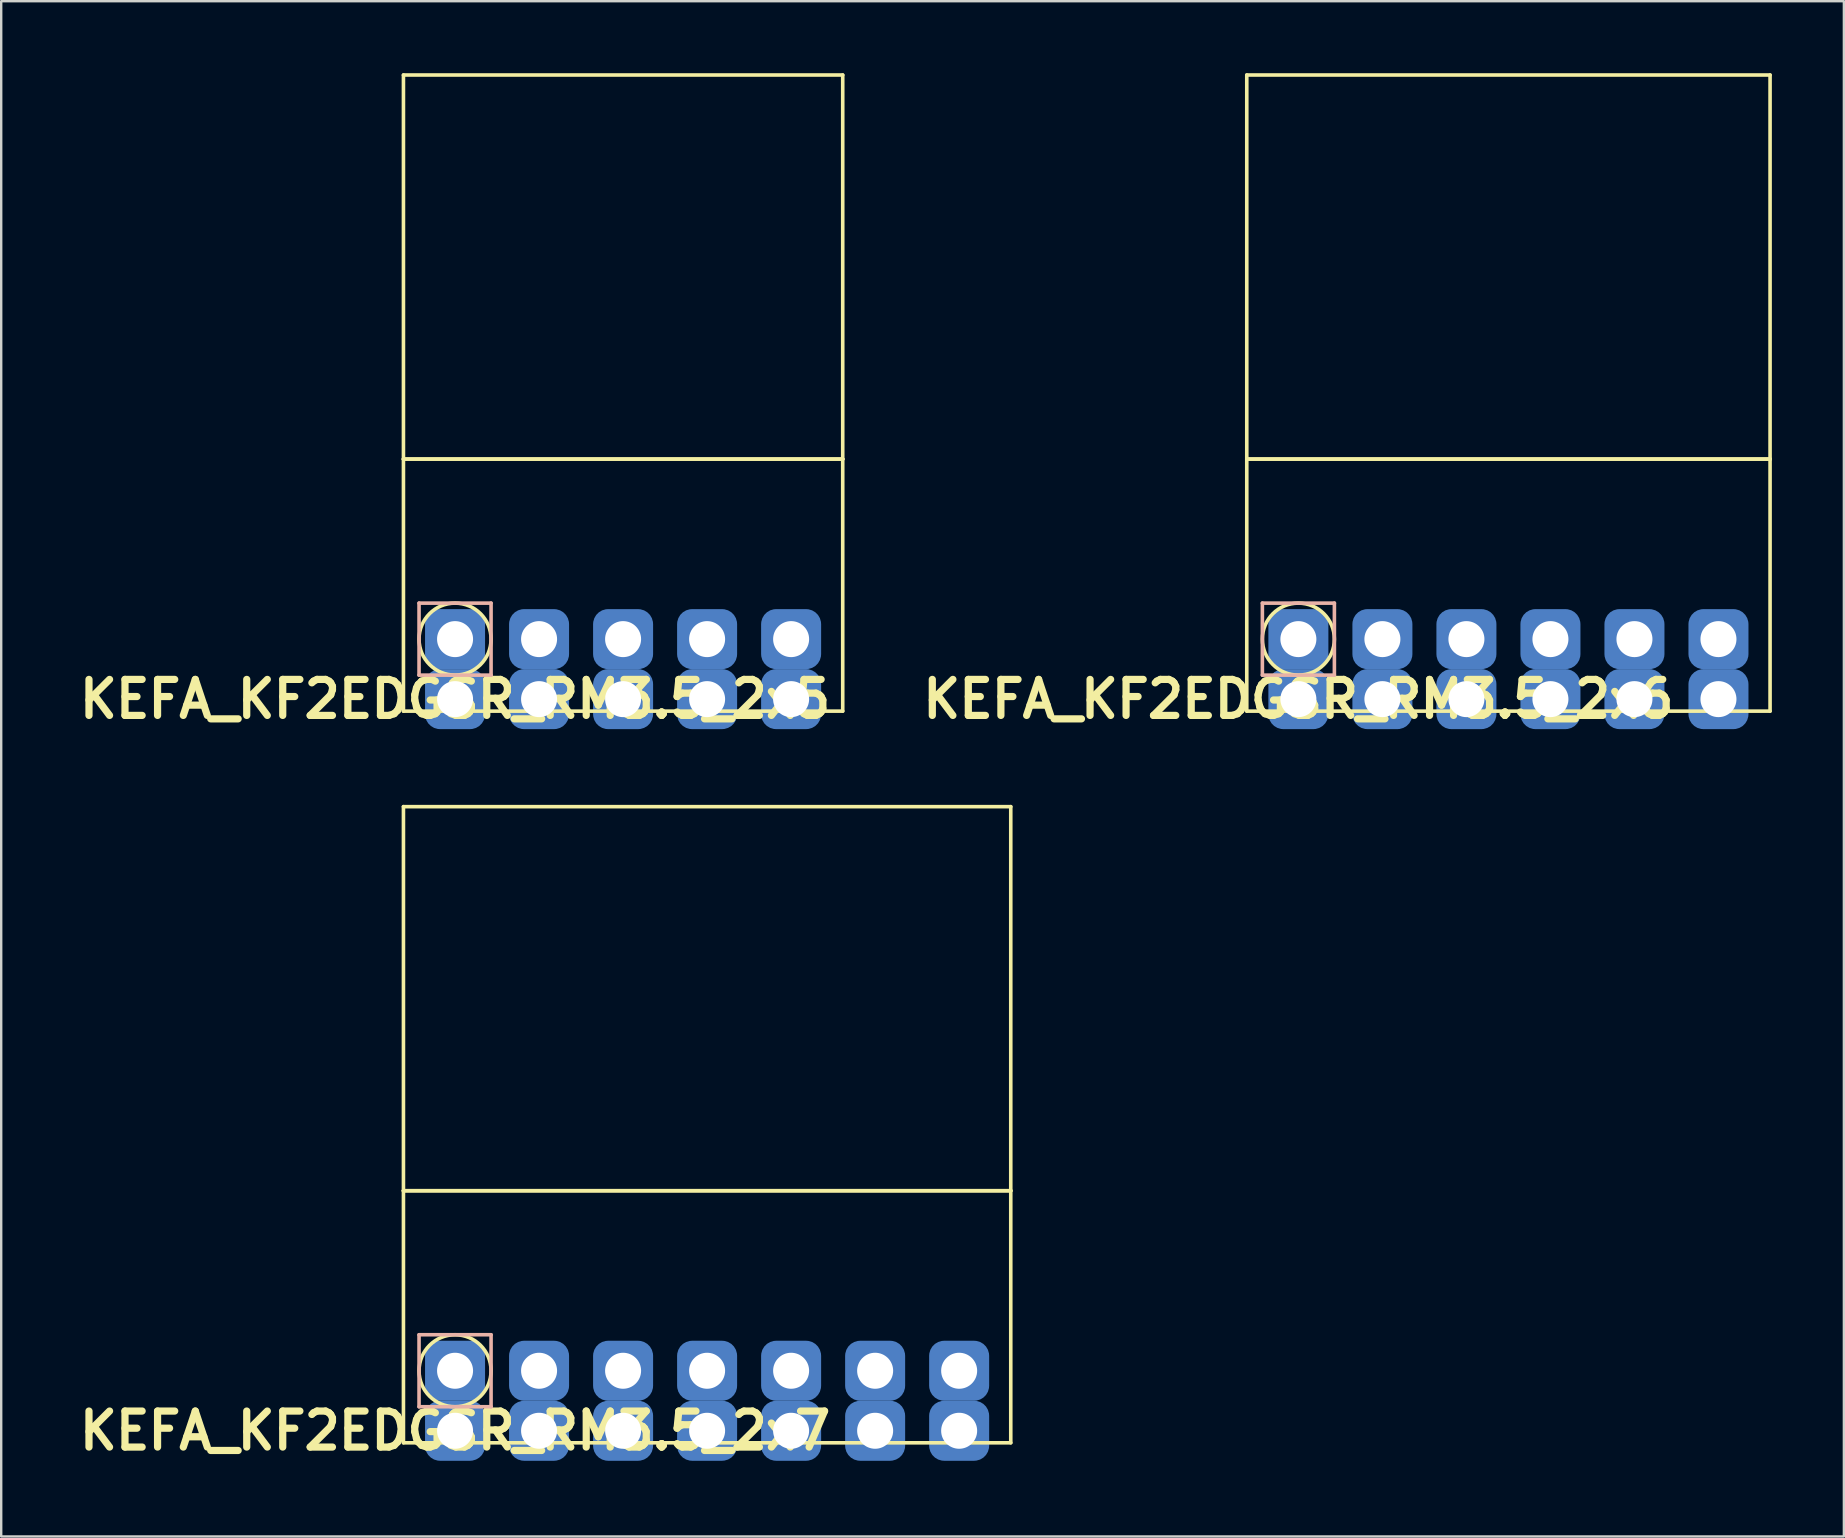
<source format=kicad_pcb>
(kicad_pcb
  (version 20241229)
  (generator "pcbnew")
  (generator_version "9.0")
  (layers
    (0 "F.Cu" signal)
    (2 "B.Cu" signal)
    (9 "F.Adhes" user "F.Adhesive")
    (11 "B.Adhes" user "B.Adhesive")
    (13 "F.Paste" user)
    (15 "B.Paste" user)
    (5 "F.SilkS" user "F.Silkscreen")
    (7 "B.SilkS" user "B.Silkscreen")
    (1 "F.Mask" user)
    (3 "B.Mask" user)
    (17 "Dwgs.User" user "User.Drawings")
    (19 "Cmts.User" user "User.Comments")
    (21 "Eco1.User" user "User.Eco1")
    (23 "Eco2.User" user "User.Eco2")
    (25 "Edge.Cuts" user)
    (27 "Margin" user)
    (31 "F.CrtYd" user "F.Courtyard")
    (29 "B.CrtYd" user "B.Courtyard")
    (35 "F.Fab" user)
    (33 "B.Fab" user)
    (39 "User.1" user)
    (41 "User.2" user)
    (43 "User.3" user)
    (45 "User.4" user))
  (footprint "KEFA_KF2EDGSR_RM3.5_2x5"
    (layer "F.Cu")
    (at 15.907 23.575)
    (property "Reference" "KEFA_KF2EDGSR_RM3.5_2x5" (at 0 2.5 0) (layer "F.SilkS") (effects (font (size 1.5 1.5) (thickness 0.3))))
    (attr through_hole)
    (fp_line (start -2.15 -23.5) (end -2.15 -7.5) (stroke (width 0.15) (type solid)) (layer "F.SilkS"))
    (fp_line (start -2.15 -7.5) (end -2.15 3) (stroke (width 0.15) (type solid)) (layer "F.SilkS"))
    (fp_line (start -2.15 -7.5) (end 16.15 -7.5) (stroke (width 0.15) (type solid)) (layer "F.SilkS"))
    (fp_line (start -2.15 3) (end 16.15 3) (stroke (width 0.15) (type solid)) (layer "F.SilkS"))
    (fp_line (start 16.15 -23.5) (end -2.15 -23.5) (stroke (width 0.15) (type solid)) (layer "F.SilkS"))
    (fp_line (start 16.15 -7.5) (end -2.15 -7.5) (stroke (width 0.15) (type solid)) (layer "F.SilkS"))
    (fp_line (start 16.15 -7.5) (end 16.15 -23.5) (stroke (width 0.15) (type solid)) (layer "F.SilkS"))
    (fp_line (start 16.15 3) (end 16.15 -7.5) (stroke (width 0.15) (type solid)) (layer "F.SilkS"))
    (fp_circle (center 0 0) (end 1.5 0) (stroke (width 0.15) (type solid)) (fill no) (layer "F.SilkS"))
    (fp_line (start -1.5 -1.5) (end 1.5 -1.5) (stroke (width 0.15) (type solid)) (layer "B.SilkS"))
    (fp_line (start -1.5 1.5) (end -1.5 -1.5) (stroke (width 0.15) (type solid)) (layer "B.SilkS"))
    (fp_line (start 1.5 -1.5) (end 1.5 1.5) (stroke (width 0.15) (type solid)) (layer "B.SilkS"))
    (fp_line (start 1.5 1.5) (end -1.5 1.5) (stroke (width 0.15) (type solid)) (layer "B.SilkS"))
    (pad "1" thru_hole circle (at 0 0) (size 1.8 1.8) (drill 1.5) (layers "*.Cu" "*.Mask"))
    (pad "1" smd roundrect (at 0 0) (size 2.5 2.5) (layers "B.Cu" "B.Mask") (roundrect_rratio 0.25))
    (pad "2" thru_hole circle (at 3.5 0) (size 1.8 1.8) (drill 1.5) (layers "*.Cu" "*.Mask"))
    (pad "2" smd roundrect (at 3.5 0) (size 2.5 2.5) (layers "B.Cu" "B.Mask") (roundrect_rratio 0.25))
    (pad "3" thru_hole circle (at 7 0) (size 1.8 1.8) (drill 1.5) (layers "*.Cu" "*.Mask"))
    (pad "3" smd roundrect (at 7 0) (size 2.5 2.5) (layers "B.Cu" "B.Mask") (roundrect_rratio 0.25))
    (pad "4" thru_hole circle (at 10.5 0) (size 1.8 1.8) (drill 1.5) (layers "*.Cu" "*.Mask"))
    (pad "4" smd roundrect (at 10.5 0) (size 2.5 2.5) (layers "B.Cu" "B.Mask") (roundrect_rratio 0.25))
    (pad "5" thru_hole circle (at 14 0) (size 1.8 1.8) (drill 1.5) (layers "*.Cu" "*.Mask"))
    (pad "5" smd roundrect (at 14 0) (size 2.5 2.5) (layers "B.Cu" "B.Mask") (roundrect_rratio 0.25))
    (pad "6" thru_hole circle (at 0 2.5) (size 1.8 1.8) (drill 1.5) (layers "*.Cu" "*.Mask"))
    (pad "6" smd roundrect (at 0 2.5) (size 2.5 2.5) (layers "B.Cu" "B.Mask") (roundrect_rratio 0.25))
    (pad "7" thru_hole circle (at 3.5 2.5) (size 1.8 1.8) (drill 1.5) (layers "*.Cu" "*.Mask"))
    (pad "7" smd roundrect (at 3.5 2.5) (size 2.5 2.5) (layers "B.Cu" "B.Mask") (roundrect_rratio 0.25))
    (pad "8" thru_hole circle (at 7 2.5) (size 1.8 1.8) (drill 1.5) (layers "*.Cu" "*.Mask"))
    (pad "8" smd roundrect (at 7 2.5) (size 2.5 2.5) (layers "B.Cu" "B.Mask") (roundrect_rratio 0.25))
    (pad "9" thru_hole circle (at 10.5 2.5) (size 1.8 1.8) (drill 1.5) (layers "*.Cu" "*.Mask"))
    (pad "9" smd roundrect (at 10.5 2.5) (size 2.5 2.5) (layers "B.Cu" "B.Mask") (roundrect_rratio 0.25))
    (pad "10" thru_hole circle (at 14 2.5) (size 1.8 1.8) (drill 1.5) (layers "*.Cu" "*.Mask"))
    (pad "10" smd roundrect (at 14 2.5) (size 2.5 2.5) (layers "B.Cu" "B.Mask") (roundrect_rratio 0.25)))
  (footprint "KEFA_KF2EDGSR_RM3.5_2x7"
    (layer "F.Cu")
    (at 15.907 54.054)
    (property "Reference" "KEFA_KF2EDGSR_RM3.5_2x7" (at 0 2.5 0) (layer "F.SilkS") (effects (font (size 1.5 1.5) (thickness 0.3))))
    (attr through_hole)
    (fp_line (start -2.15 -23.5) (end -2.15 -7.5) (stroke (width 0.15) (type solid)) (layer "F.SilkS"))
    (fp_line (start -2.15 -7.5) (end -2.15 3) (stroke (width 0.15) (type solid)) (layer "F.SilkS"))
    (fp_line (start -2.15 -7.5) (end 23.15 -7.5) (stroke (width 0.15) (type solid)) (layer "F.SilkS"))
    (fp_line (start -2.15 3) (end 23.15 3) (stroke (width 0.15) (type solid)) (layer "F.SilkS"))
    (fp_line (start 23.15 -23.5) (end -2.15 -23.5) (stroke (width 0.15) (type solid)) (layer "F.SilkS"))
    (fp_line (start 23.15 -7.5) (end -2.15 -7.5) (stroke (width 0.15) (type solid)) (layer "F.SilkS"))
    (fp_line (start 23.15 -7.5) (end 23.15 -23.5) (stroke (width 0.15) (type solid)) (layer "F.SilkS"))
    (fp_line (start 23.15 3) (end 23.15 -7.5) (stroke (width 0.15) (type solid)) (layer "F.SilkS"))
    (fp_circle (center 0 0) (end 1.5 0) (stroke (width 0.15) (type solid)) (fill no) (layer "F.SilkS"))
    (fp_line (start -1.5 -1.5) (end 1.5 -1.5) (stroke (width 0.15) (type solid)) (layer "B.SilkS"))
    (fp_line (start -1.5 1.5) (end -1.5 -1.5) (stroke (width 0.15) (type solid)) (layer "B.SilkS"))
    (fp_line (start 1.5 -1.5) (end 1.5 1.5) (stroke (width 0.15) (type solid)) (layer "B.SilkS"))
    (fp_line (start 1.5 1.5) (end -1.5 1.5) (stroke (width 0.15) (type solid)) (layer "B.SilkS"))
    (pad "1" thru_hole circle (at 0 0) (size 1.8 1.8) (drill 1.5) (layers "*.Cu" "*.Mask"))
    (pad "1" smd roundrect (at 0 0) (size 2.5 2.5) (layers "B.Cu" "B.Mask") (roundrect_rratio 0.25))
    (pad "2" thru_hole circle (at 3.5 0) (size 1.8 1.8) (drill 1.5) (layers "*.Cu" "*.Mask"))
    (pad "2" smd roundrect (at 3.5 0) (size 2.5 2.5) (layers "B.Cu" "B.Mask") (roundrect_rratio 0.25))
    (pad "3" thru_hole circle (at 7 0) (size 1.8 1.8) (drill 1.5) (layers "*.Cu" "*.Mask"))
    (pad "3" smd roundrect (at 7 0) (size 2.5 2.5) (layers "B.Cu" "B.Mask") (roundrect_rratio 0.25))
    (pad "4" thru_hole circle (at 10.5 0) (size 1.8 1.8) (drill 1.5) (layers "*.Cu" "*.Mask"))
    (pad "4" smd roundrect (at 10.5 0) (size 2.5 2.5) (layers "B.Cu" "B.Mask") (roundrect_rratio 0.25))
    (pad "5" thru_hole circle (at 14 0) (size 1.8 1.8) (drill 1.5) (layers "*.Cu" "*.Mask"))
    (pad "5" smd roundrect (at 14 0) (size 2.5 2.5) (layers "B.Cu" "B.Mask") (roundrect_rratio 0.25))
    (pad "6" thru_hole circle (at 17.5 0) (size 1.8 1.8) (drill 1.5) (layers "*.Cu" "*.Mask"))
    (pad "6" smd roundrect (at 17.5 0) (size 2.5 2.5) (layers "B.Cu" "B.Mask") (roundrect_rratio 0.25))
    (pad "7" thru_hole circle (at 21 0) (size 1.8 1.8) (drill 1.5) (layers "*.Cu" "*.Mask"))
    (pad "7" smd roundrect (at 21 0) (size 2.5 2.5) (layers "B.Cu" "B.Mask") (roundrect_rratio 0.25))
    (pad "8" thru_hole circle (at 0 2.5) (size 1.8 1.8) (drill 1.5) (layers "*.Cu" "*.Mask"))
    (pad "8" smd roundrect (at 0 2.5) (size 2.5 2.5) (layers "B.Cu" "B.Mask") (roundrect_rratio 0.25))
    (pad "9" thru_hole circle (at 3.5 2.5) (size 1.8 1.8) (drill 1.5) (layers "*.Cu" "*.Mask"))
    (pad "9" smd roundrect (at 3.5 2.5) (size 2.5 2.5) (layers "B.Cu" "B.Mask") (roundrect_rratio 0.25))
    (pad "10" thru_hole circle (at 7 2.5) (size 1.8 1.8) (drill 1.5) (layers "*.Cu" "*.Mask"))
    (pad "10" smd roundrect (at 7 2.5) (size 2.5 2.5) (layers "B.Cu" "B.Mask") (roundrect_rratio 0.25))
    (pad "11" thru_hole circle (at 10.5 2.5) (size 1.8 1.8) (drill 1.5) (layers "*.Cu" "*.Mask"))
    (pad "11" smd roundrect (at 10.5 2.5) (size 2.5 2.5) (layers "B.Cu" "B.Mask") (roundrect_rratio 0.25))
    (pad "12" thru_hole circle (at 14 2.5) (size 1.8 1.8) (drill 1.5) (layers "*.Cu" "*.Mask"))
    (pad "12" smd roundrect (at 14 2.5) (size 2.5 2.5) (layers "B.Cu" "B.Mask") (roundrect_rratio 0.25))
    (pad "13" thru_hole circle (at 17.5 2.5) (size 1.8 1.8) (drill 1.5) (layers "*.Cu" "*.Mask"))
    (pad "13" smd roundrect (at 17.5 2.5) (size 2.5 2.5) (layers "B.Cu" "B.Mask") (roundrect_rratio 0.25))
    (pad "14" thru_hole circle (at 21 2.5) (size 1.8 1.8) (drill 1.5) (layers "*.Cu" "*.Mask"))
    (pad "14" smd roundrect (at 21 2.5) (size 2.5 2.5) (layers "B.Cu" "B.Mask") (roundrect_rratio 0.25)))
  (footprint "KEFA_KF2EDGSR_RM3.5_2x6"
    (layer "F.Cu")
    (at 51.039 23.575)
    (property "Reference" "KEFA_KF2EDGSR_RM3.5_2x6" (at 0 2.5 0) (layer "F.SilkS") (effects (font (size 1.5 1.5) (thickness 0.3))))
    (attr through_hole)
    (fp_line (start -2.15 -23.5) (end -2.15 -7.5) (stroke (width 0.15) (type solid)) (layer "F.SilkS"))
    (fp_line (start -2.15 -7.5) (end -2.15 3) (stroke (width 0.15) (type solid)) (layer "F.SilkS"))
    (fp_line (start -2.15 -7.5) (end 19.65 -7.5) (stroke (width 0.15) (type solid)) (layer "F.SilkS"))
    (fp_line (start -2.15 3) (end 19.65 3) (stroke (width 0.15) (type solid)) (layer "F.SilkS"))
    (fp_line (start 19.65 -23.5) (end -2.15 -23.5) (stroke (width 0.15) (type solid)) (layer "F.SilkS"))
    (fp_line (start 19.65 -7.5) (end -2.15 -7.5) (stroke (width 0.15) (type solid)) (layer "F.SilkS"))
    (fp_line (start 19.65 -7.5) (end 19.65 -23.5) (stroke (width 0.15) (type solid)) (layer "F.SilkS"))
    (fp_line (start 19.65 3) (end 19.65 -7.5) (stroke (width 0.15) (type solid)) (layer "F.SilkS"))
    (fp_circle (center 0 0) (end 1.5 0) (stroke (width 0.15) (type solid)) (fill no) (layer "F.SilkS"))
    (fp_line (start -1.5 -1.5) (end 1.5 -1.5) (stroke (width 0.15) (type solid)) (layer "B.SilkS"))
    (fp_line (start -1.5 1.5) (end -1.5 -1.5) (stroke (width 0.15) (type solid)) (layer "B.SilkS"))
    (fp_line (start 1.5 -1.5) (end 1.5 1.5) (stroke (width 0.15) (type solid)) (layer "B.SilkS"))
    (fp_line (start 1.5 1.5) (end -1.5 1.5) (stroke (width 0.15) (type solid)) (layer "B.SilkS"))
    (pad "1" thru_hole circle (at 0 0) (size 1.8 1.8) (drill 1.5) (layers "*.Cu" "*.Mask"))
    (pad "1" smd roundrect (at 0 0) (size 2.5 2.5) (layers "B.Cu" "B.Mask") (roundrect_rratio 0.25))
    (pad "2" thru_hole circle (at 3.5 0) (size 1.8 1.8) (drill 1.5) (layers "*.Cu" "*.Mask"))
    (pad "2" smd roundrect (at 3.5 0) (size 2.5 2.5) (layers "B.Cu" "B.Mask") (roundrect_rratio 0.25))
    (pad "3" thru_hole circle (at 7 0) (size 1.8 1.8) (drill 1.5) (layers "*.Cu" "*.Mask"))
    (pad "3" smd roundrect (at 7 0) (size 2.5 2.5) (layers "B.Cu" "B.Mask") (roundrect_rratio 0.25))
    (pad "4" thru_hole circle (at 10.5 0) (size 1.8 1.8) (drill 1.5) (layers "*.Cu" "*.Mask"))
    (pad "4" smd roundrect (at 10.5 0) (size 2.5 2.5) (layers "B.Cu" "B.Mask") (roundrect_rratio 0.25))
    (pad "5" thru_hole circle (at 14 0) (size 1.8 1.8) (drill 1.5) (layers "*.Cu" "*.Mask"))
    (pad "5" smd roundrect (at 14 0) (size 2.5 2.5) (layers "B.Cu" "B.Mask") (roundrect_rratio 0.25))
    (pad "6" thru_hole circle (at 17.5 0) (size 1.8 1.8) (drill 1.5) (layers "*.Cu" "*.Mask"))
    (pad "6" smd roundrect (at 17.5 0) (size 2.5 2.5) (layers "B.Cu" "B.Mask") (roundrect_rratio 0.25))
    (pad "7" thru_hole circle (at 0 2.5) (size 1.8 1.8) (drill 1.5) (layers "*.Cu" "*.Mask"))
    (pad "7" smd roundrect (at 0 2.5) (size 2.5 2.5) (layers "B.Cu" "B.Mask") (roundrect_rratio 0.25))
    (pad "8" thru_hole circle (at 3.5 2.5) (size 1.8 1.8) (drill 1.5) (layers "*.Cu" "*.Mask"))
    (pad "8" smd roundrect (at 3.5 2.5) (size 2.5 2.5) (layers "B.Cu" "B.Mask") (roundrect_rratio 0.25))
    (pad "9" thru_hole circle (at 7 2.5) (size 1.8 1.8) (drill 1.5) (layers "*.Cu" "*.Mask"))
    (pad "9" smd roundrect (at 7 2.5) (size 2.5 2.5) (layers "B.Cu" "B.Mask") (roundrect_rratio 0.25))
    (pad "10" thru_hole circle (at 10.5 2.5) (size 1.8 1.8) (drill 1.5) (layers "*.Cu" "*.Mask"))
    (pad "10" smd roundrect (at 10.5 2.5) (size 2.5 2.5) (layers "B.Cu" "B.Mask") (roundrect_rratio 0.25))
    (pad "11" thru_hole circle (at 14 2.5) (size 1.8 1.8) (drill 1.5) (layers "*.Cu" "*.Mask"))
    (pad "11" smd roundrect (at 14 2.5) (size 2.5 2.5) (layers "B.Cu" "B.Mask") (roundrect_rratio 0.25))
    (pad "12" thru_hole circle (at 17.5 2.5) (size 1.8 1.8) (drill 1.5) (layers "*.Cu" "*.Mask"))
    (pad "12" smd roundrect (at 17.5 2.5) (size 2.5 2.5) (layers "B.Cu" "B.Mask") (roundrect_rratio 0.25)))
  (gr_rect
    (start -3 -3)
    (end 73.764 60.958)
    (stroke (width 0.1) (type default))
    (fill no)
    (layer "Edge.Cuts")))
</source>
